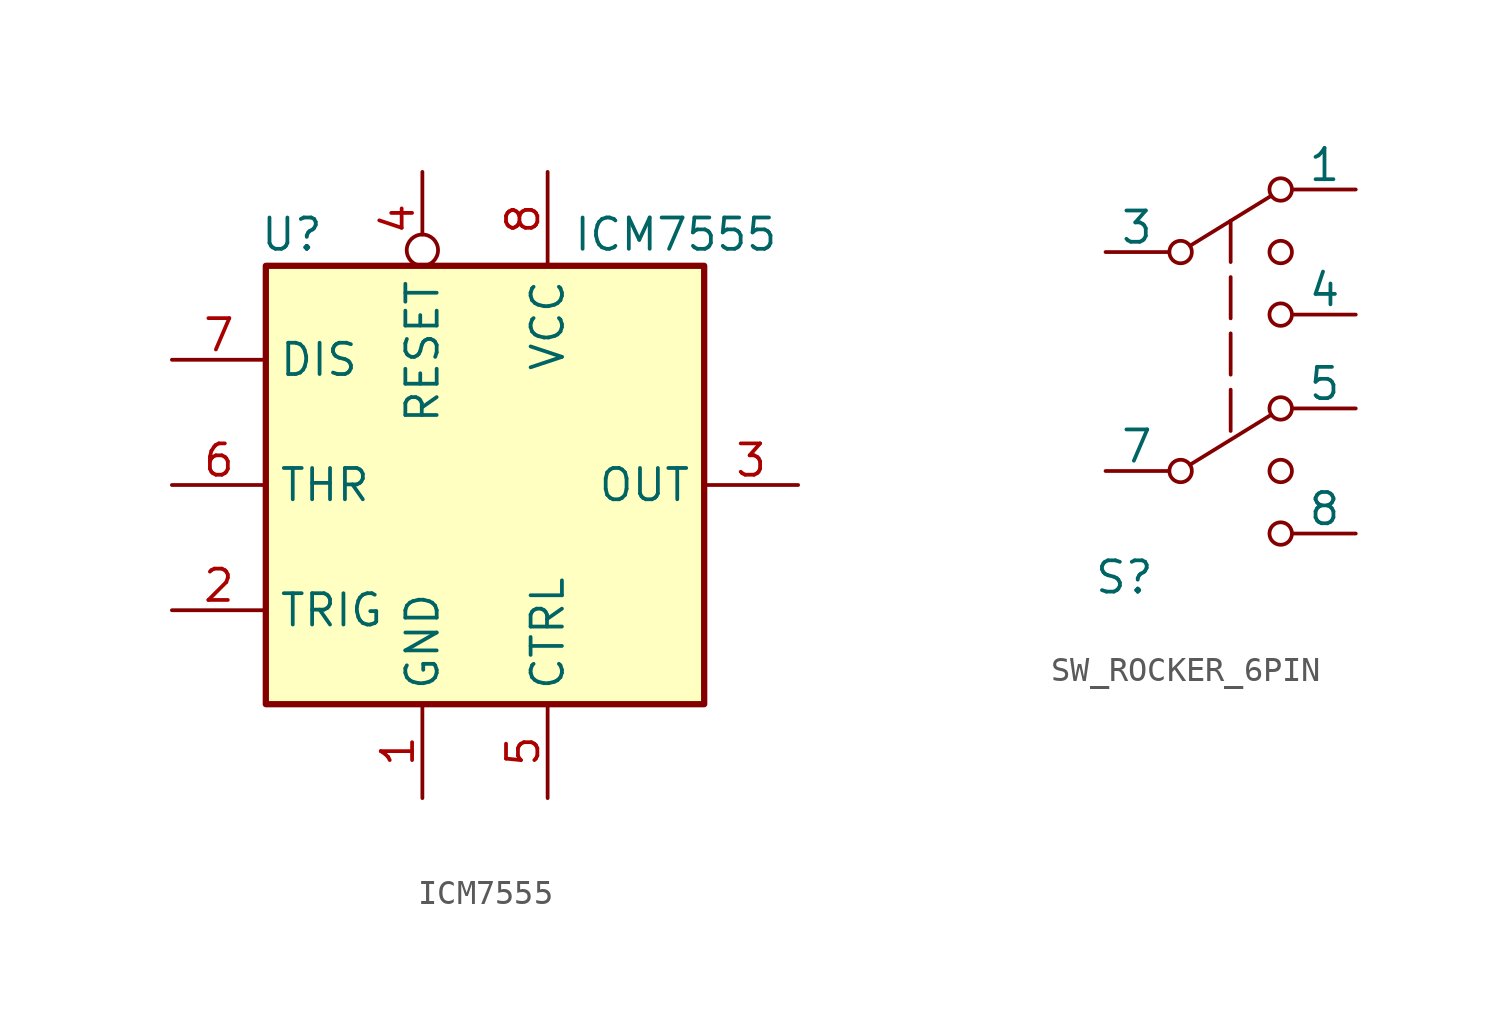
<source format=kicad_sym>
(kicad_symbol_lib
  (version 20231120)
  (generator "kicad_symbol_editor")
  (generator_version "8.0")
  (symbol "ICM7555"
    (property "Reference" "U"
      (at -9.144 10.16 0)
      (effects (font (size 1.27 1.27)) (justify left)))
    (property "Value" "ICM7555"
      (at 3.556 10.16 0)
      (effects (font (size 1.27 1.27)) (justify left)))
    (symbol "ICM7555_0_0"
      (pin power_in line (at -2.54 -12.7 90) (length 3.81) (name "GND" (effects (font (size 1.27 1.27)))) (number "1" (effects (font (size 1.27 1.27)))))
      (pin power_in line (at 2.54 12.7 270) (length 3.81) (name "VCC" (effects (font (size 1.27 1.27)))) (number "8" (effects (font (size 1.27 1.27))))))
    (symbol "ICM7555_0_1"
      (rectangle (start -8.89 8.89) (end 8.89 -8.89) (stroke (width 0.254) (type default)) (fill (type background))))
    (symbol "ICM7555_1_1"
      (pin input line (at -12.7 -5.08 0) (length 3.81) (name "TRIG" (effects (font (size 1.27 1.27)))) (number "2" (effects (font (size 1.27 1.27)))))
      (pin output line (at 12.7 0 180) (length 3.81) (name "OUT" (effects (font (size 1.27 1.27)))) (number "3" (effects (font (size 1.27 1.27)))))
      (pin input inverted (at -2.54 12.7 270) (length 3.81) (name "RESET" (effects (font (size 1.27 1.27)))) (number "4" (effects (font (size 1.27 1.27)))))
      (pin input line (at 2.54 -12.7 90) (length 3.81) (name "CTRL" (effects (font (size 1.27 1.27)))) (number "5" (effects (font (size 1.27 1.27)))))
      (pin input line (at -12.7 0 0) (length 3.81) (name "THR" (effects (font (size 1.27 1.27)))) (number "6" (effects (font (size 1.27 1.27)))))
      (pin input line (at -12.7 5.08 0) (length 3.81) (name "DIS" (effects (font (size 1.27 1.27)))) (number "7" (effects (font (size 1.27 1.27)))))))
  (symbol "SW_ROCKER_6PIN"
    (pin_numbers hide)
    (pin_names
      (offset 0))
    (property "Reference" "S"
      (at -4.318 -9.398 0)
      (effects (font (size 1.27 1.27))))
    (property "Value" ""
      (at -8.89 1.27 0)
      (effects (font (size 1.27 1.27))))
    (symbol "SW_ROCKER_6PIN_0_1"
      (circle (center -2.032 -5.08) (radius 0.457) (stroke (width 0) (type default)) (fill (type none)))
      (circle (center -2.032 3.81) (radius 0.457) (stroke (width 0) (type default)) (fill (type none)))
      (polyline (pts (xy -1.651 -4.826) (xy 1.651 -2.794)) (stroke (width 0) (type default)) (fill (type none)))
      (polyline (pts (xy -1.651 4.064) (xy 1.651 6.096)) (stroke (width 0) (type default)) (fill (type none)))
      (polyline (pts (xy 0 5.08) (xy 0 -3.81)) (stroke (width 0) (type dash)) (fill (type none)))
      (circle (center 2.032 -7.62) (radius 0.457) (stroke (width 0) (type default)) (fill (type none)))
      (circle (center 2.032 -5.08) (radius 0.457) (stroke (width 0) (type default)) (fill (type none)))
      (circle (center 2.032 -2.54) (radius 0.457) (stroke (width 0) (type default)) (fill (type none)))
      (circle (center 2.032 1.27) (radius 0.457) (stroke (width 0) (type default)) (fill (type none)))
      (circle (center 2.032 3.81) (radius 0.457) (stroke (width 0) (type default)) (fill (type none)))
      (circle (center 2.032 6.35) (radius 0.457) (stroke (width 0) (type default)) (fill (type none))))
    (symbol "SW_ROCKER_6PIN_1_1"
      (pin passive line (at 5.08 6.35 180) (length 2.54) (name "1" (effects (font (size 1.27 1.27)))) (number "1" (effects (font (size 1.27 1.27)))))
      (pin passive line (at -5.08 3.81 0) (length 2.54) (name "3" (effects (font (size 1.27 1.27)))) (number "2" (effects (font (size 1.27 1.27)))))
      (pin passive line (at 5.08 1.27 180) (length 2.54) (name "4" (effects (font (size 1.27 1.27)))) (number "3" (effects (font (size 1.27 1.27)))))
      (pin passive line (at 5.08 -2.54 180) (length 2.54) (name "5" (effects (font (size 1.27 1.27)))) (number "4" (effects (font (size 1.27 1.27)))))
      (pin passive line (at -5.08 -5.08 0) (length 2.54) (name "7" (effects (font (size 1.27 1.27)))) (number "5" (effects (font (size 1.27 1.27)))))
      (pin passive line (at 5.08 -7.62 180) (length 2.54) (name "8" (effects (font (size 1.27 1.27)))) (number "6" (effects (font (size 1.27 1.27))))))))
</source>
